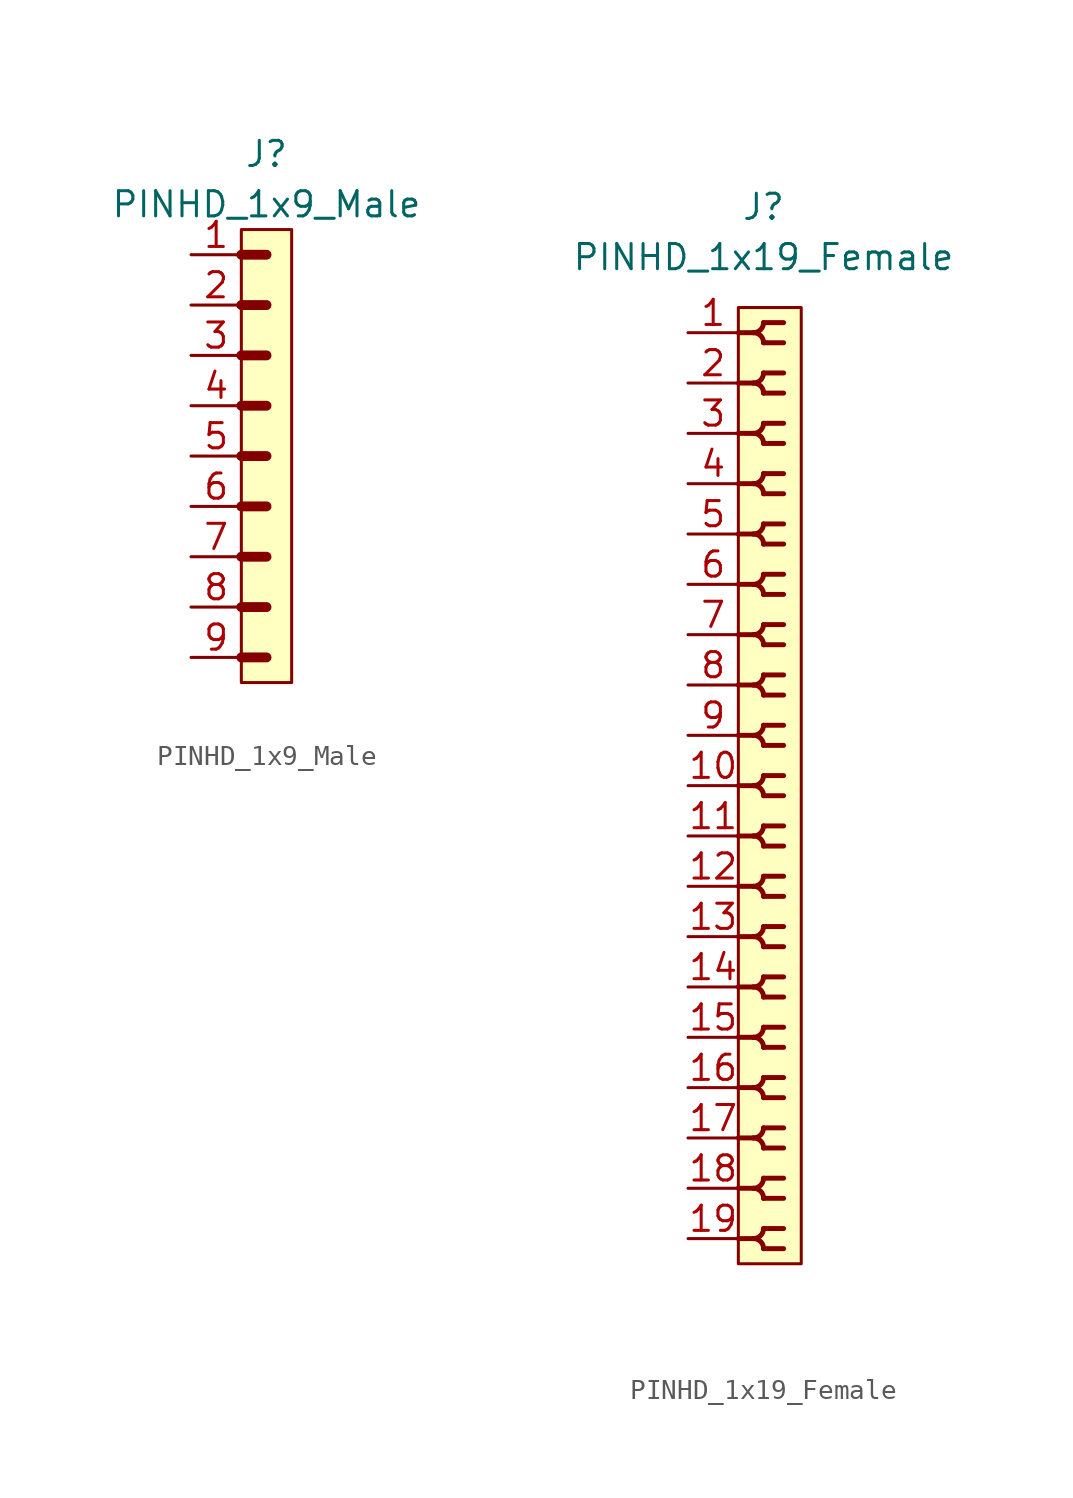
<source format=kicad_sym>
(kicad_symbol_lib
  (version 20211014)
  (generator kicad_symbol_editor)
  (symbol "PINHD_1x9_Male"
    (property "Reference" "J"
      (at 0 15.24 0)
      (effects (font (size 1.27 1.27))))
    (property "Value" "PINHD_1x9_Male"
      (at 0 12.7 0)
      (effects (font (size 1.27 1.27))))
    (symbol "PINHD_1x9_Male_0_1"
      (rectangle (start -1.27 11.43) (end 1.27 -11.43) (stroke (width 0) (type default) (color 0 0 0 0)) (fill (type background)))
      (polyline (pts (xy -1.27 -10.16) (xy 0 -10.16)) (stroke (width 0.3) (type default) (color 0 0 0 0)) (fill (type none)))
      (polyline (pts (xy -1.27 -10.16) (xy 0 -10.16)) (stroke (width 0.5) (type default) (color 0 0 0 0)) (fill (type none)))
      (polyline (pts (xy -1.27 -7.62) (xy 0 -7.62)) (stroke (width 0.3) (type default) (color 0 0 0 0)) (fill (type none)))
      (polyline (pts (xy -1.27 -7.62) (xy 0 -7.62)) (stroke (width 0.5) (type default) (color 0 0 0 0)) (fill (type none)))
      (polyline (pts (xy -1.27 -5.08) (xy 0 -5.08)) (stroke (width 0.3) (type default) (color 0 0 0 0)) (fill (type none)))
      (polyline (pts (xy -1.27 -5.08) (xy 0 -5.08)) (stroke (width 0.5) (type default) (color 0 0 0 0)) (fill (type none)))
      (polyline (pts (xy -1.27 -2.54) (xy 0 -2.54)) (stroke (width 0.3) (type default) (color 0 0 0 0)) (fill (type none)))
      (polyline (pts (xy -1.27 -2.54) (xy 0 -2.54)) (stroke (width 0.5) (type default) (color 0 0 0 0)) (fill (type none)))
      (polyline (pts (xy -1.27 0) (xy 0 0)) (stroke (width 0.3) (type default) (color 0 0 0 0)) (fill (type none)))
      (polyline (pts (xy -1.27 0) (xy 0 0)) (stroke (width 0.5) (type default) (color 0 0 0 0)) (fill (type none)))
      (polyline (pts (xy -1.27 2.54) (xy 0 2.54)) (stroke (width 0.3) (type default) (color 0 0 0 0)) (fill (type none)))
      (polyline (pts (xy -1.27 2.54) (xy 0 2.54)) (stroke (width 0.5) (type default) (color 0 0 0 0)) (fill (type none)))
      (polyline (pts (xy -1.27 5.08) (xy 0 5.08)) (stroke (width 0.3) (type default) (color 0 0 0 0)) (fill (type none)))
      (polyline (pts (xy -1.27 5.08) (xy 0 5.08)) (stroke (width 0.5) (type default) (color 0 0 0 0)) (fill (type none)))
      (polyline (pts (xy -1.27 7.62) (xy 0 7.62)) (stroke (width 0.3) (type default) (color 0 0 0 0)) (fill (type none)))
      (polyline (pts (xy -1.27 7.62) (xy 0 7.62)) (stroke (width 0.5) (type default) (color 0 0 0 0)) (fill (type none)))
      (polyline (pts (xy -1.27 10.16) (xy 0 10.16)) (stroke (width 0.3) (type default) (color 0 0 0 0)) (fill (type none)))
      (polyline (pts (xy -1.27 10.16) (xy 0 10.16)) (stroke (width 0.5) (type default) (color 0 0 0 0)) (fill (type none))))
    (symbol "PINHD_1x9_Male_1_1"
      (pin passive line (at -3.81 10.16 0) (length 2.54) (name "" (effects (font (size 1.27 1.27)))) (number "1" (effects (font (size 1.27 1.27)))))
      (pin passive line (at -3.81 7.62 0) (length 2.54) (name "" (effects (font (size 1.27 1.27)))) (number "2" (effects (font (size 1.27 1.27)))))
      (pin passive line (at -3.81 5.08 0) (length 2.54) (name "" (effects (font (size 1.27 1.27)))) (number "3" (effects (font (size 1.27 1.27)))))
      (pin passive line (at -3.81 2.54 0) (length 2.54) (name "" (effects (font (size 1.27 1.27)))) (number "4" (effects (font (size 1.27 1.27)))))
      (pin passive line (at -3.81 0 0) (length 2.54) (name "" (effects (font (size 1.27 1.27)))) (number "5" (effects (font (size 1.27 1.27)))))
      (pin passive line (at -3.81 -2.54 0) (length 2.54) (name "" (effects (font (size 1.27 1.27)))) (number "6" (effects (font (size 1.27 1.27)))))
      (pin passive line (at -3.81 -5.08 0) (length 2.54) (name "" (effects (font (size 1.27 1.27)))) (number "7" (effects (font (size 1.27 1.27)))))
      (pin passive line (at -3.81 -7.62 0) (length 2.54) (name "" (effects (font (size 1.27 1.27)))) (number "8" (effects (font (size 1.27 1.27)))))
      (pin passive line (at -3.81 -10.16 0) (length 2.54) (name "" (effects (font (size 1.27 1.27)))) (number "9" (effects (font (size 1.27 1.27)))))))
  (symbol "PINHD_1x19_Female"
    (property "Reference" "J"
      (at 0 29.21 0)
      (effects (font (size 1.27 1.27))))
    (property "Value" "PINHD_1x19_Female"
      (at 0 26.67 0)
      (effects (font (size 1.27 1.27))))
    (symbol "PINHD_1x19_Female_0_1"
      (rectangle (start -1.27 24.13) (end 1.905 -24.13) (stroke (width 0) (type default) (color 0 0 0 0)) (fill (type background)))
      (arc (start -0.508 -22.86) (mid 0.3592 -23.2192) (end 0 -22.352) (stroke (width 0.25) (type default) (color 0 0 0 0)) (fill (type none)))
      (arc (start -0.508 -20.32) (mid 0.3592 -20.6792) (end 0 -19.812) (stroke (width 0.25) (type default) (color 0 0 0 0)) (fill (type none)))
      (arc (start -0.508 -17.78) (mid 0.3592 -18.1392) (end 0 -17.272) (stroke (width 0.25) (type default) (color 0 0 0 0)) (fill (type none)))
      (arc (start -0.508 -15.24) (mid 0.3592 -15.5992) (end 0 -14.732) (stroke (width 0.25) (type default) (color 0 0 0 0)) (fill (type none)))
      (arc (start -0.508 -12.7) (mid 0.3592 -13.0592) (end 0 -12.192) (stroke (width 0.25) (type default) (color 0 0 0 0)) (fill (type none)))
      (arc (start -0.508 -10.16) (mid 0.3592 -10.5192) (end 0 -9.652) (stroke (width 0.25) (type default) (color 0 0 0 0)) (fill (type none)))
      (arc (start -0.508 -7.62) (mid 0.3592 -7.9792) (end 0 -7.112) (stroke (width 0.25) (type default) (color 0 0 0 0)) (fill (type none)))
      (arc (start -0.508 -5.08) (mid 0.3592 -5.4392) (end 0 -4.572) (stroke (width 0.25) (type default) (color 0 0 0 0)) (fill (type none)))
      (arc (start -0.508 -2.54) (mid 0.3592 -2.8992) (end 0 -2.032) (stroke (width 0.25) (type default) (color 0 0 0 0)) (fill (type none)))
      (arc (start -0.508 0) (mid 0.3592 -0.3592) (end 0 0.508) (stroke (width 0.25) (type default) (color 0 0 0 0)) (fill (type none)))
      (arc (start -0.508 2.54) (mid 0.3592 2.1808) (end 0 3.048) (stroke (width 0.25) (type default) (color 0 0 0 0)) (fill (type none)))
      (arc (start -0.508 5.08) (mid 0.3592 4.7208) (end 0 5.588) (stroke (width 0.25) (type default) (color 0 0 0 0)) (fill (type none)))
      (arc (start -0.508 7.62) (mid 0.3592 7.2608) (end 0 8.128) (stroke (width 0.25) (type default) (color 0 0 0 0)) (fill (type none)))
      (arc (start -0.508 10.16) (mid 0.3592 9.8008) (end 0 10.668) (stroke (width 0.25) (type default) (color 0 0 0 0)) (fill (type none)))
      (arc (start -0.508 12.7) (mid 0.3592 12.3408) (end 0 13.208) (stroke (width 0.25) (type default) (color 0 0 0 0)) (fill (type none)))
      (arc (start -0.508 15.24) (mid 0.3592 14.8808) (end 0 15.748) (stroke (width 0.25) (type default) (color 0 0 0 0)) (fill (type none)))
      (arc (start -0.508 17.78) (mid 0.3592 17.4208) (end 0 18.288) (stroke (width 0.25) (type default) (color 0 0 0 0)) (fill (type none)))
      (arc (start -0.508 20.32) (mid 0.3592 19.9608) (end 0 20.828) (stroke (width 0.25) (type default) (color 0 0 0 0)) (fill (type none)))
      (arc (start -0.508 22.86) (mid 0.3592 22.5008) (end 0 23.368) (stroke (width 0.25) (type default) (color 0 0 0 0)) (fill (type none)))
      (arc (start 0 -23.368) (mid 0.3592 -22.5008) (end -0.508 -22.86) (stroke (width 0.25) (type default) (color 0 0 0 0)) (fill (type none)))
      (arc (start 0 -20.828) (mid 0.3592 -19.9608) (end -0.508 -20.32) (stroke (width 0.25) (type default) (color 0 0 0 0)) (fill (type none)))
      (arc (start 0 -18.288) (mid 0.3592 -17.4208) (end -0.508 -17.78) (stroke (width 0.25) (type default) (color 0 0 0 0)) (fill (type none)))
      (arc (start 0 -15.748) (mid 0.3592 -14.8808) (end -0.508 -15.24) (stroke (width 0.25) (type default) (color 0 0 0 0)) (fill (type none)))
      (arc (start 0 -13.208) (mid 0.3592 -12.3408) (end -0.508 -12.7) (stroke (width 0.25) (type default) (color 0 0 0 0)) (fill (type none)))
      (arc (start 0 -10.668) (mid 0.3592 -9.8008) (end -0.508 -10.16) (stroke (width 0.25) (type default) (color 0 0 0 0)) (fill (type none)))
      (arc (start 0 -8.128) (mid 0.3592 -7.2608) (end -0.508 -7.62) (stroke (width 0.25) (type default) (color 0 0 0 0)) (fill (type none)))
      (arc (start 0 -5.588) (mid 0.3592 -4.7208) (end -0.508 -5.08) (stroke (width 0.25) (type default) (color 0 0 0 0)) (fill (type none)))
      (arc (start 0 -3.048) (mid 0.3592 -2.1808) (end -0.508 -2.54) (stroke (width 0.25) (type default) (color 0 0 0 0)) (fill (type none)))
      (arc (start 0 -0.508) (mid 0.3592 0.3592) (end -0.508 0) (stroke (width 0.25) (type default) (color 0 0 0 0)) (fill (type none)))
      (polyline (pts (xy -1.27 -22.86) (xy -0.508 -22.86)) (stroke (width 0.25) (type default) (color 0 0 0 0)) (fill (type none)))
      (polyline (pts (xy -1.27 -20.32) (xy -0.508 -20.32)) (stroke (width 0.25) (type default) (color 0 0 0 0)) (fill (type none)))
      (polyline (pts (xy -1.27 -17.78) (xy -0.508 -17.78)) (stroke (width 0.25) (type default) (color 0 0 0 0)) (fill (type none)))
      (polyline (pts (xy -1.27 -15.24) (xy -0.508 -15.24)) (stroke (width 0.25) (type default) (color 0 0 0 0)) (fill (type none)))
      (polyline (pts (xy -1.27 -12.7) (xy -0.508 -12.7)) (stroke (width 0.25) (type default) (color 0 0 0 0)) (fill (type none)))
      (polyline (pts (xy -1.27 -10.16) (xy -0.508 -10.16)) (stroke (width 0.25) (type default) (color 0 0 0 0)) (fill (type none)))
      (polyline (pts (xy -1.27 -7.62) (xy -0.508 -7.62)) (stroke (width 0.25) (type default) (color 0 0 0 0)) (fill (type none)))
      (polyline (pts (xy -1.27 -5.08) (xy -0.508 -5.08)) (stroke (width 0.25) (type default) (color 0 0 0 0)) (fill (type none)))
      (polyline (pts (xy -1.27 -2.54) (xy -0.508 -2.54)) (stroke (width 0.25) (type default) (color 0 0 0 0)) (fill (type none)))
      (polyline (pts (xy -1.27 0) (xy -0.508 0)) (stroke (width 0.25) (type default) (color 0 0 0 0)) (fill (type none)))
      (polyline (pts (xy -1.27 2.54) (xy -0.508 2.54)) (stroke (width 0.25) (type default) (color 0 0 0 0)) (fill (type none)))
      (polyline (pts (xy -1.27 5.08) (xy -0.508 5.08)) (stroke (width 0.25) (type default) (color 0 0 0 0)) (fill (type none)))
      (polyline (pts (xy -1.27 7.62) (xy -0.508 7.62)) (stroke (width 0.25) (type default) (color 0 0 0 0)) (fill (type none)))
      (polyline (pts (xy -1.27 10.16) (xy -0.508 10.16)) (stroke (width 0.25) (type default) (color 0 0 0 0)) (fill (type none)))
      (polyline (pts (xy -1.27 12.7) (xy -0.508 12.7)) (stroke (width 0.25) (type default) (color 0 0 0 0)) (fill (type none)))
      (polyline (pts (xy -1.27 15.24) (xy -0.508 15.24)) (stroke (width 0.25) (type default) (color 0 0 0 0)) (fill (type none)))
      (polyline (pts (xy -1.27 17.78) (xy -0.508 17.78)) (stroke (width 0.25) (type default) (color 0 0 0 0)) (fill (type none)))
      (polyline (pts (xy -1.27 20.32) (xy -0.508 20.32)) (stroke (width 0.25) (type default) (color 0 0 0 0)) (fill (type none)))
      (polyline (pts (xy -1.27 22.86) (xy -0.508 22.86)) (stroke (width 0.25) (type default) (color 0 0 0 0)) (fill (type none)))
      (polyline (pts (xy 0 -23.368) (xy 1.016 -23.368)) (stroke (width 0.25) (type default) (color 0 0 0 0)) (fill (type none)))
      (polyline (pts (xy 0 -22.352) (xy 1.016 -22.352)) (stroke (width 0.25) (type default) (color 0 0 0 0)) (fill (type none)))
      (polyline (pts (xy 0 -20.828) (xy 1.016 -20.828)) (stroke (width 0.25) (type default) (color 0 0 0 0)) (fill (type none)))
      (polyline (pts (xy 0 -19.812) (xy 1.016 -19.812)) (stroke (width 0.25) (type default) (color 0 0 0 0)) (fill (type none)))
      (polyline (pts (xy 0 -18.288) (xy 1.016 -18.288)) (stroke (width 0.25) (type default) (color 0 0 0 0)) (fill (type none)))
      (polyline (pts (xy 0 -17.272) (xy 1.016 -17.272)) (stroke (width 0.25) (type default) (color 0 0 0 0)) (fill (type none)))
      (polyline (pts (xy 0 -15.748) (xy 1.016 -15.748)) (stroke (width 0.25) (type default) (color 0 0 0 0)) (fill (type none)))
      (polyline (pts (xy 0 -14.732) (xy 1.016 -14.732)) (stroke (width 0.25) (type default) (color 0 0 0 0)) (fill (type none)))
      (polyline (pts (xy 0 -13.208) (xy 1.016 -13.208)) (stroke (width 0.25) (type default) (color 0 0 0 0)) (fill (type none)))
      (polyline (pts (xy 0 -12.192) (xy 1.016 -12.192)) (stroke (width 0.25) (type default) (color 0 0 0 0)) (fill (type none)))
      (polyline (pts (xy 0 -10.668) (xy 1.016 -10.668)) (stroke (width 0.25) (type default) (color 0 0 0 0)) (fill (type none)))
      (polyline (pts (xy 0 -9.652) (xy 1.016 -9.652)) (stroke (width 0.25) (type default) (color 0 0 0 0)) (fill (type none)))
      (polyline (pts (xy 0 -8.128) (xy 1.016 -8.128)) (stroke (width 0.25) (type default) (color 0 0 0 0)) (fill (type none)))
      (polyline (pts (xy 0 -7.112) (xy 1.016 -7.112)) (stroke (width 0.25) (type default) (color 0 0 0 0)) (fill (type none)))
      (polyline (pts (xy 0 -5.588) (xy 1.016 -5.588)) (stroke (width 0.25) (type default) (color 0 0 0 0)) (fill (type none)))
      (polyline (pts (xy 0 -4.572) (xy 1.016 -4.572)) (stroke (width 0.25) (type default) (color 0 0 0 0)) (fill (type none)))
      (polyline (pts (xy 0 -3.048) (xy 1.016 -3.048)) (stroke (width 0.25) (type default) (color 0 0 0 0)) (fill (type none)))
      (polyline (pts (xy 0 -2.032) (xy 1.016 -2.032)) (stroke (width 0.25) (type default) (color 0 0 0 0)) (fill (type none)))
      (polyline (pts (xy 0 -0.508) (xy 1.016 -0.508)) (stroke (width 0.25) (type default) (color 0 0 0 0)) (fill (type none)))
      (polyline (pts (xy 0 0.508) (xy 1.016 0.508)) (stroke (width 0.25) (type default) (color 0 0 0 0)) (fill (type none)))
      (polyline (pts (xy 0 2.032) (xy 1.016 2.032)) (stroke (width 0.25) (type default) (color 0 0 0 0)) (fill (type none)))
      (polyline (pts (xy 0 3.048) (xy 1.016 3.048)) (stroke (width 0.25) (type default) (color 0 0 0 0)) (fill (type none)))
      (polyline (pts (xy 0 4.572) (xy 1.016 4.572)) (stroke (width 0.25) (type default) (color 0 0 0 0)) (fill (type none)))
      (polyline (pts (xy 0 5.588) (xy 1.016 5.588)) (stroke (width 0.25) (type default) (color 0 0 0 0)) (fill (type none)))
      (polyline (pts (xy 0 7.112) (xy 1.016 7.112)) (stroke (width 0.25) (type default) (color 0 0 0 0)) (fill (type none)))
      (polyline (pts (xy 0 8.128) (xy 1.016 8.128)) (stroke (width 0.25) (type default) (color 0 0 0 0)) (fill (type none)))
      (polyline (pts (xy 0 9.652) (xy 1.016 9.652)) (stroke (width 0.25) (type default) (color 0 0 0 0)) (fill (type none)))
      (polyline (pts (xy 0 10.668) (xy 1.016 10.668)) (stroke (width 0.25) (type default) (color 0 0 0 0)) (fill (type none)))
      (polyline (pts (xy 0 12.192) (xy 1.016 12.192)) (stroke (width 0.25) (type default) (color 0 0 0 0)) (fill (type none)))
      (polyline (pts (xy 0 13.208) (xy 1.016 13.208)) (stroke (width 0.25) (type default) (color 0 0 0 0)) (fill (type none)))
      (polyline (pts (xy 0 14.732) (xy 1.016 14.732)) (stroke (width 0.25) (type default) (color 0 0 0 0)) (fill (type none)))
      (polyline (pts (xy 0 15.748) (xy 1.016 15.748)) (stroke (width 0.25) (type default) (color 0 0 0 0)) (fill (type none)))
      (polyline (pts (xy 0 17.272) (xy 1.016 17.272)) (stroke (width 0.25) (type default) (color 0 0 0 0)) (fill (type none)))
      (polyline (pts (xy 0 18.288) (xy 1.016 18.288)) (stroke (width 0.25) (type default) (color 0 0 0 0)) (fill (type none)))
      (polyline (pts (xy 0 19.812) (xy 1.016 19.812)) (stroke (width 0.25) (type default) (color 0 0 0 0)) (fill (type none)))
      (polyline (pts (xy 0 20.828) (xy 1.016 20.828)) (stroke (width 0.25) (type default) (color 0 0 0 0)) (fill (type none)))
      (polyline (pts (xy 0 22.352) (xy 1.016 22.352)) (stroke (width 0.25) (type default) (color 0 0 0 0)) (fill (type none)))
      (polyline (pts (xy 0 23.368) (xy 1.016 23.368)) (stroke (width 0.25) (type default) (color 0 0 0 0)) (fill (type none)))
      (arc (start 0 2.032) (mid 0.3592 2.8992) (end -0.508 2.54) (stroke (width 0.25) (type default) (color 0 0 0 0)) (fill (type none)))
      (arc (start 0 4.572) (mid 0.3592 5.4392) (end -0.508 5.08) (stroke (width 0.25) (type default) (color 0 0 0 0)) (fill (type none)))
      (arc (start 0 7.112) (mid 0.3592 7.9792) (end -0.508 7.62) (stroke (width 0.25) (type default) (color 0 0 0 0)) (fill (type none)))
      (arc (start 0 9.652) (mid 0.3592 10.5192) (end -0.508 10.16) (stroke (width 0.25) (type default) (color 0 0 0 0)) (fill (type none)))
      (arc (start 0 12.192) (mid 0.3592 13.0592) (end -0.508 12.7) (stroke (width 0.25) (type default) (color 0 0 0 0)) (fill (type none)))
      (arc (start 0 14.732) (mid 0.3592 15.5992) (end -0.508 15.24) (stroke (width 0.25) (type default) (color 0 0 0 0)) (fill (type none)))
      (arc (start 0 17.272) (mid 0.3592 18.1392) (end -0.508 17.78) (stroke (width 0.25) (type default) (color 0 0 0 0)) (fill (type none)))
      (arc (start 0 19.812) (mid 0.3592 20.6792) (end -0.508 20.32) (stroke (width 0.25) (type default) (color 0 0 0 0)) (fill (type none)))
      (arc (start 0 22.352) (mid 0.3592 23.2192) (end -0.508 22.86) (stroke (width 0.25) (type default) (color 0 0 0 0)) (fill (type none))))
    (symbol "PINHD_1x19_Female_1_1"
      (pin passive line (at -3.81 22.86 0) (length 2.54) (name "" (effects (font (size 1.27 1.27)))) (number "1" (effects (font (size 1.27 1.27)))))
      (pin passive line (at -3.81 0 0) (length 2.54) (name "" (effects (font (size 1.27 1.27)))) (number "10" (effects (font (size 1.27 1.27)))))
      (pin passive line (at -3.81 -2.54 0) (length 2.54) (name "" (effects (font (size 1.27 1.27)))) (number "11" (effects (font (size 1.27 1.27)))))
      (pin passive line (at -3.81 -5.08 0) (length 2.54) (name "" (effects (font (size 1.27 1.27)))) (number "12" (effects (font (size 1.27 1.27)))))
      (pin passive line (at -3.81 -7.62 0) (length 2.54) (name "" (effects (font (size 1.27 1.27)))) (number "13" (effects (font (size 1.27 1.27)))))
      (pin passive line (at -3.81 -10.16 0) (length 2.54) (name "" (effects (font (size 1.27 1.27)))) (number "14" (effects (font (size 1.27 1.27)))))
      (pin passive line (at -3.81 -12.7 0) (length 2.54) (name "" (effects (font (size 1.27 1.27)))) (number "15" (effects (font (size 1.27 1.27)))))
      (pin passive line (at -3.81 -15.24 0) (length 2.54) (name "" (effects (font (size 1.27 1.27)))) (number "16" (effects (font (size 1.27 1.27)))))
      (pin passive line (at -3.81 -17.78 0) (length 2.54) (name "" (effects (font (size 1.27 1.27)))) (number "17" (effects (font (size 1.27 1.27)))))
      (pin passive line (at -3.81 -20.32 0) (length 2.54) (name "" (effects (font (size 1.27 1.27)))) (number "18" (effects (font (size 1.27 1.27)))))
      (pin passive line (at -3.81 -22.86 0) (length 2.54) (name "" (effects (font (size 1.27 1.27)))) (number "19" (effects (font (size 1.27 1.27)))))
      (pin passive line (at -3.81 20.32 0) (length 2.54) (name "" (effects (font (size 1.27 1.27)))) (number "2" (effects (font (size 1.27 1.27)))))
      (pin passive line (at -3.81 17.78 0) (length 2.54) (name "" (effects (font (size 1.27 1.27)))) (number "3" (effects (font (size 1.27 1.27)))))
      (pin passive line (at -3.81 15.24 0) (length 2.54) (name "" (effects (font (size 1.27 1.27)))) (number "4" (effects (font (size 1.27 1.27)))))
      (pin passive line (at -3.81 12.7 0) (length 2.54) (name "" (effects (font (size 1.27 1.27)))) (number "5" (effects (font (size 1.27 1.27)))))
      (pin passive line (at -3.81 10.16 0) (length 2.54) (name "" (effects (font (size 1.27 1.27)))) (number "6" (effects (font (size 1.27 1.27)))))
      (pin passive line (at -3.81 7.62 0) (length 2.54) (name "" (effects (font (size 1.27 1.27)))) (number "7" (effects (font (size 1.27 1.27)))))
      (pin passive line (at -3.81 5.08 0) (length 2.54) (name "" (effects (font (size 1.27 1.27)))) (number "8" (effects (font (size 1.27 1.27)))))
      (pin passive line (at -3.81 2.54 0) (length 2.54) (name "" (effects (font (size 1.27 1.27)))) (number "9" (effects (font (size 1.27 1.27))))))))
</source>
